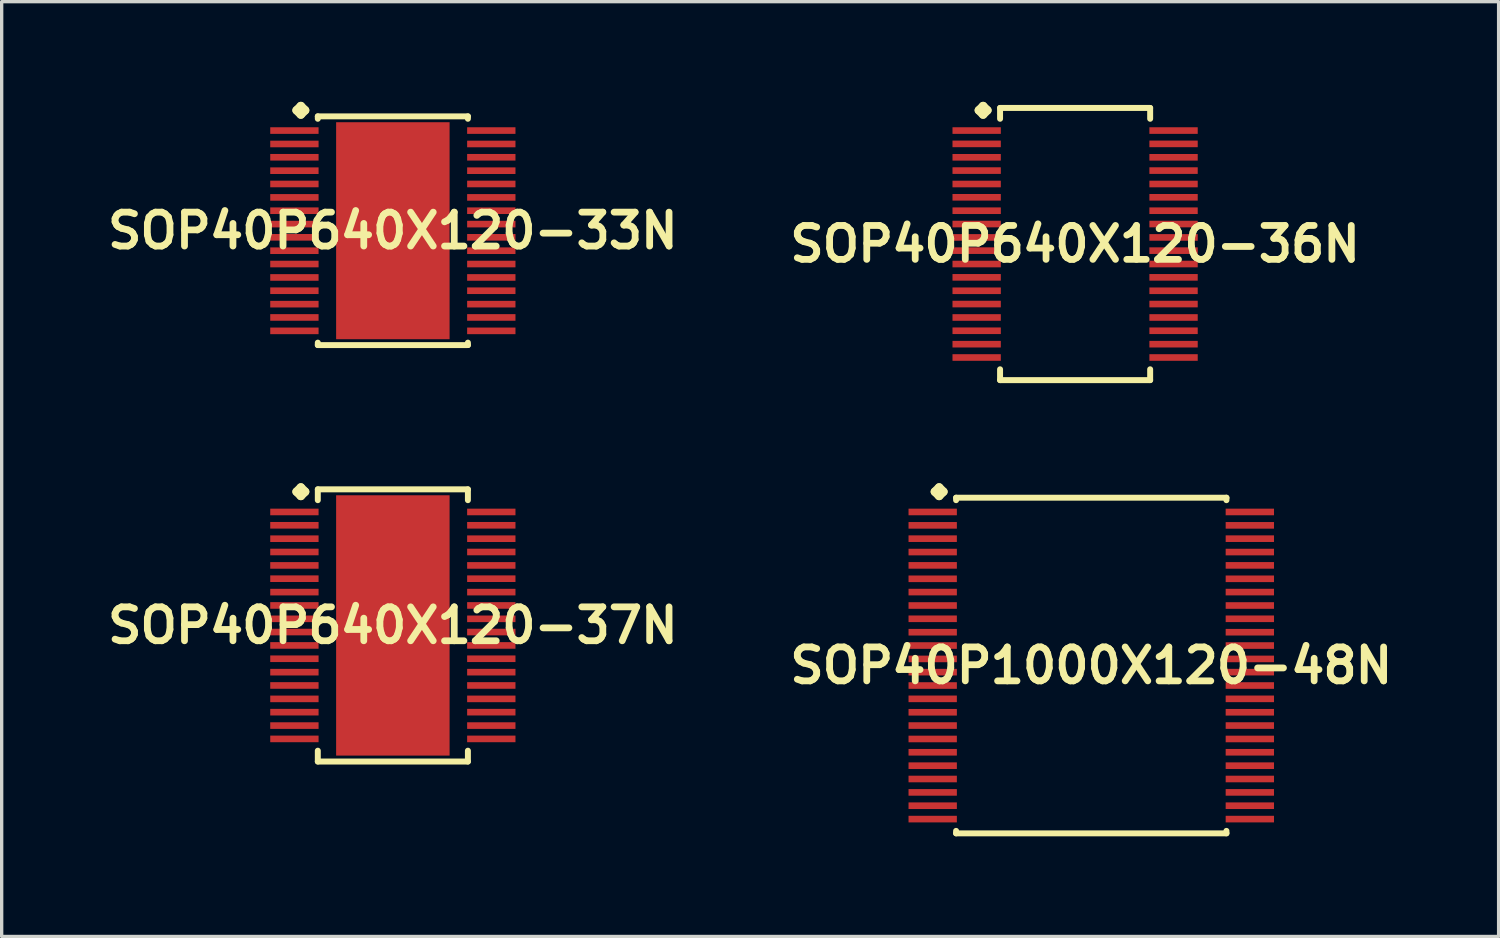
<source format=kicad_pcb>
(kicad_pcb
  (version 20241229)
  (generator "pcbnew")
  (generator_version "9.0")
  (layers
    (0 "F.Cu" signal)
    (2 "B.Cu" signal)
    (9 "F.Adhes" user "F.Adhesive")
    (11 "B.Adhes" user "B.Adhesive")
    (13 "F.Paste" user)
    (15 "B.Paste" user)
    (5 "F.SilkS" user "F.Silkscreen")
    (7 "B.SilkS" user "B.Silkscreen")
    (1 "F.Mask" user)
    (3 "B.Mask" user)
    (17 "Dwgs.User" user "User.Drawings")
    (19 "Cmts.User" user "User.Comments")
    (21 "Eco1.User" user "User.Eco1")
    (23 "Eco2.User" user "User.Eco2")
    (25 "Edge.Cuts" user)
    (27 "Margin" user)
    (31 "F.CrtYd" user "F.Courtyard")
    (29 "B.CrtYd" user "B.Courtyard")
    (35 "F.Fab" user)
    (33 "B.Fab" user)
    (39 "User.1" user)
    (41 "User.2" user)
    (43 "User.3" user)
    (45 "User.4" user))
  (footprint "SOP40P640X120-33N"
    (layer "F.Cu")
    (at 8.718 3.861)
    (property "Reference" "SOP40P640X120-33N" (at 0 0 0) (layer "F.SilkS") (effects (font (size 1.016 1.016) (thickness 0.203))))
    (attr smd)
    (fp_line (start -2.883 -3.607) (end -2.756 -3.734) (stroke (width 0.254) (type solid)) (layer "F.SilkS"))
    (fp_line (start -2.756 -3.734) (end -2.629 -3.607) (stroke (width 0.254) (type solid)) (layer "F.SilkS"))
    (fp_line (start -2.756 -3.48) (end -2.883 -3.607) (stroke (width 0.254) (type solid)) (layer "F.SilkS"))
    (fp_line (start -2.629 -3.607) (end -2.756 -3.48) (stroke (width 0.254) (type solid)) (layer "F.SilkS"))
    (fp_line (start -2.248 -3.426) (end 2.248 -3.426) (stroke (width 0.178) (type solid)) (layer "F.SilkS"))
    (fp_line (start -2.248 -3.353) (end -2.248 -3.426) (stroke (width 0.178) (type solid)) (layer "F.SilkS"))
    (fp_line (start -2.248 3.353) (end -2.248 3.426) (stroke (width 0.178) (type solid)) (layer "F.SilkS"))
    (fp_line (start -2.248 3.426) (end 2.248 3.426) (stroke (width 0.178) (type solid)) (layer "F.SilkS"))
    (fp_line (start 2.248 -3.426) (end 2.248 -3.353) (stroke (width 0.178) (type solid)) (layer "F.SilkS"))
    (fp_line (start 2.248 3.426) (end 2.248 3.353) (stroke (width 0.178) (type solid)) (layer "F.SilkS"))
    (pad "1" smd rect (at -2.949 -3) (size 1.448 0.198) (layers "F.Cu" "F.Mask" "F.Paste"))
    (pad "2" smd rect (at -2.949 -2.598) (size 1.448 0.198) (layers "F.Cu" "F.Mask" "F.Paste"))
    (pad "3" smd rect (at -2.949 -2.2) (size 1.448 0.198) (layers "F.Cu" "F.Mask" "F.Paste"))
    (pad "4" smd rect (at -2.949 -1.798) (size 1.448 0.198) (layers "F.Cu" "F.Mask" "F.Paste"))
    (pad "5" smd rect (at -2.949 -1.4) (size 1.448 0.198) (layers "F.Cu" "F.Mask" "F.Paste"))
    (pad "6" smd rect (at -2.949 -0.998) (size 1.448 0.198) (layers "F.Cu" "F.Mask" "F.Paste"))
    (pad "7" smd rect (at -2.949 -0.599) (size 1.448 0.198) (layers "F.Cu" "F.Mask" "F.Paste"))
    (pad "8" smd rect (at -2.949 -0.198) (size 1.448 0.198) (layers "F.Cu" "F.Mask" "F.Paste"))
    (pad "9" smd rect (at -2.949 0.198) (size 1.448 0.198) (layers "F.Cu" "F.Mask" "F.Paste"))
    (pad "10" smd rect (at -2.949 0.599) (size 1.448 0.198) (layers "F.Cu" "F.Mask" "F.Paste"))
    (pad "11" smd rect (at -2.949 0.998) (size 1.448 0.198) (layers "F.Cu" "F.Mask" "F.Paste"))
    (pad "12" smd rect (at -2.949 1.4) (size 1.448 0.198) (layers "F.Cu" "F.Mask" "F.Paste"))
    (pad "13" smd rect (at -2.949 1.798) (size 1.448 0.198) (layers "F.Cu" "F.Mask" "F.Paste"))
    (pad "14" smd rect (at -2.949 2.2) (size 1.448 0.198) (layers "F.Cu" "F.Mask" "F.Paste"))
    (pad "15" smd rect (at -2.949 2.598) (size 1.448 0.198) (layers "F.Cu" "F.Mask" "F.Paste"))
    (pad "16" smd rect (at -2.949 3) (size 1.448 0.198) (layers "F.Cu" "F.Mask" "F.Paste"))
    (pad "17" smd rect (at 2.949 3) (size 1.448 0.198) (layers "F.Cu" "F.Mask" "F.Paste"))
    (pad "18" smd rect (at 2.949 2.598) (size 1.448 0.198) (layers "F.Cu" "F.Mask" "F.Paste"))
    (pad "19" smd rect (at 2.949 2.2) (size 1.448 0.198) (layers "F.Cu" "F.Mask" "F.Paste"))
    (pad "20" smd rect (at 2.949 1.798) (size 1.448 0.198) (layers "F.Cu" "F.Mask" "F.Paste"))
    (pad "21" smd rect (at 2.949 1.4) (size 1.448 0.198) (layers "F.Cu" "F.Mask" "F.Paste"))
    (pad "22" smd rect (at 2.949 0.998) (size 1.448 0.198) (layers "F.Cu" "F.Mask" "F.Paste"))
    (pad "23" smd rect (at 2.949 0.599) (size 1.448 0.198) (layers "F.Cu" "F.Mask" "F.Paste"))
    (pad "24" smd rect (at 2.949 0.198) (size 1.448 0.198) (layers "F.Cu" "F.Mask" "F.Paste"))
    (pad "25" smd rect (at 2.949 -0.198) (size 1.448 0.198) (layers "F.Cu" "F.Mask" "F.Paste"))
    (pad "26" smd rect (at 2.949 -0.599) (size 1.448 0.198) (layers "F.Cu" "F.Mask" "F.Paste"))
    (pad "27" smd rect (at 2.949 -0.998) (size 1.448 0.198) (layers "F.Cu" "F.Mask" "F.Paste"))
    (pad "28" smd rect (at 2.949 -1.4) (size 1.448 0.198) (layers "F.Cu" "F.Mask" "F.Paste"))
    (pad "29" smd rect (at 2.949 -1.798) (size 1.448 0.198) (layers "F.Cu" "F.Mask" "F.Paste"))
    (pad "30" smd rect (at 2.949 -2.2) (size 1.448 0.198) (layers "F.Cu" "F.Mask" "F.Paste"))
    (pad "31" smd rect (at 2.949 -2.598) (size 1.448 0.198) (layers "F.Cu" "F.Mask" "F.Paste"))
    (pad "32" smd rect (at 2.949 -3) (size 1.448 0.198) (layers "F.Cu" "F.Mask" "F.Paste"))
    (pad "33" smd rect (at 0 0) (size 3.399 6.5) (layers "F.Cu" "F.Mask" "F.Paste")))
  (footprint "SOP40P1000X120-48N"
    (layer "F.Cu")
    (at 29.639 16.886)
    (property "Reference" "SOP40P1000X120-48N" (at 0 0 0) (layer "F.SilkS") (effects (font (size 1.016 1.016) (thickness 0.203))))
    (attr smd)
    (fp_line (start -4.684 -5.207) (end -4.557 -5.334) (stroke (width 0.254) (type solid)) (layer "F.SilkS"))
    (fp_line (start -4.557 -5.334) (end -4.43 -5.207) (stroke (width 0.254) (type solid)) (layer "F.SilkS"))
    (fp_line (start -4.557 -5.08) (end -4.684 -5.207) (stroke (width 0.254) (type solid)) (layer "F.SilkS"))
    (fp_line (start -4.43 -5.207) (end -4.557 -5.08) (stroke (width 0.254) (type solid)) (layer "F.SilkS"))
    (fp_line (start -4.049 -5.027) (end 4.049 -5.027) (stroke (width 0.178) (type solid)) (layer "F.SilkS"))
    (fp_line (start -4.049 -4.953) (end -4.049 -5.027) (stroke (width 0.178) (type solid)) (layer "F.SilkS"))
    (fp_line (start -4.049 4.953) (end -4.049 5.027) (stroke (width 0.178) (type solid)) (layer "F.SilkS"))
    (fp_line (start -4.049 5.027) (end 4.049 5.027) (stroke (width 0.178) (type solid)) (layer "F.SilkS"))
    (fp_line (start 4.049 -5.027) (end 4.049 -4.953) (stroke (width 0.178) (type solid)) (layer "F.SilkS"))
    (fp_line (start 4.049 5.027) (end 4.049 4.953) (stroke (width 0.178) (type solid)) (layer "F.SilkS"))
    (pad "1" smd rect (at -4.75 -4.6) (size 1.448 0.198) (layers "F.Cu" "F.Mask" "F.Paste"))
    (pad "2" smd rect (at -4.75 -4.199) (size 1.448 0.198) (layers "F.Cu" "F.Mask" "F.Paste"))
    (pad "3" smd rect (at -4.75 -3.8) (size 1.448 0.198) (layers "F.Cu" "F.Mask" "F.Paste"))
    (pad "4" smd rect (at -4.75 -3.399) (size 1.448 0.198) (layers "F.Cu" "F.Mask" "F.Paste"))
    (pad "5" smd rect (at -4.75 -3) (size 1.448 0.198) (layers "F.Cu" "F.Mask" "F.Paste"))
    (pad "6" smd rect (at -4.75 -2.598) (size 1.448 0.198) (layers "F.Cu" "F.Mask" "F.Paste"))
    (pad "7" smd rect (at -4.75 -2.2) (size 1.448 0.198) (layers "F.Cu" "F.Mask" "F.Paste"))
    (pad "8" smd rect (at -4.75 -1.798) (size 1.448 0.198) (layers "F.Cu" "F.Mask" "F.Paste"))
    (pad "9" smd rect (at -4.75 -1.4) (size 1.448 0.198) (layers "F.Cu" "F.Mask" "F.Paste"))
    (pad "10" smd rect (at -4.75 -0.998) (size 1.448 0.198) (layers "F.Cu" "F.Mask" "F.Paste"))
    (pad "11" smd rect (at -4.75 -0.599) (size 1.448 0.198) (layers "F.Cu" "F.Mask" "F.Paste"))
    (pad "12" smd rect (at -4.75 -0.198) (size 1.448 0.198) (layers "F.Cu" "F.Mask" "F.Paste"))
    (pad "13" smd rect (at -4.75 0.198) (size 1.448 0.198) (layers "F.Cu" "F.Mask" "F.Paste"))
    (pad "14" smd rect (at -4.75 0.599) (size 1.448 0.198) (layers "F.Cu" "F.Mask" "F.Paste"))
    (pad "15" smd rect (at -4.75 0.998) (size 1.448 0.198) (layers "F.Cu" "F.Mask" "F.Paste"))
    (pad "16" smd rect (at -4.75 1.4) (size 1.448 0.198) (layers "F.Cu" "F.Mask" "F.Paste"))
    (pad "17" smd rect (at -4.75 1.798) (size 1.448 0.198) (layers "F.Cu" "F.Mask" "F.Paste"))
    (pad "18" smd rect (at -4.75 2.2) (size 1.448 0.198) (layers "F.Cu" "F.Mask" "F.Paste"))
    (pad "19" smd rect (at -4.75 2.598) (size 1.448 0.198) (layers "F.Cu" "F.Mask" "F.Paste"))
    (pad "20" smd rect (at -4.75 3) (size 1.448 0.198) (layers "F.Cu" "F.Mask" "F.Paste"))
    (pad "21" smd rect (at -4.75 3.399) (size 1.448 0.198) (layers "F.Cu" "F.Mask" "F.Paste"))
    (pad "22" smd rect (at -4.75 3.8) (size 1.448 0.198) (layers "F.Cu" "F.Mask" "F.Paste"))
    (pad "23" smd rect (at -4.75 4.199) (size 1.448 0.198) (layers "F.Cu" "F.Mask" "F.Paste"))
    (pad "24" smd rect (at -4.75 4.6) (size 1.448 0.198) (layers "F.Cu" "F.Mask" "F.Paste"))
    (pad "25" smd rect (at 4.75 4.6) (size 1.448 0.198) (layers "F.Cu" "F.Mask" "F.Paste"))
    (pad "26" smd rect (at 4.75 4.199) (size 1.448 0.198) (layers "F.Cu" "F.Mask" "F.Paste"))
    (pad "27" smd rect (at 4.75 3.8) (size 1.448 0.198) (layers "F.Cu" "F.Mask" "F.Paste"))
    (pad "28" smd rect (at 4.75 3.399) (size 1.448 0.198) (layers "F.Cu" "F.Mask" "F.Paste"))
    (pad "29" smd rect (at 4.75 3) (size 1.448 0.198) (layers "F.Cu" "F.Mask" "F.Paste"))
    (pad "30" smd rect (at 4.75 2.598) (size 1.448 0.198) (layers "F.Cu" "F.Mask" "F.Paste"))
    (pad "31" smd rect (at 4.75 2.2) (size 1.448 0.198) (layers "F.Cu" "F.Mask" "F.Paste"))
    (pad "32" smd rect (at 4.75 1.798) (size 1.448 0.198) (layers "F.Cu" "F.Mask" "F.Paste"))
    (pad "33" smd rect (at 4.75 1.4) (size 1.448 0.198) (layers "F.Cu" "F.Mask" "F.Paste"))
    (pad "34" smd rect (at 4.75 0.998) (size 1.448 0.198) (layers "F.Cu" "F.Mask" "F.Paste"))
    (pad "35" smd rect (at 4.75 0.599) (size 1.448 0.198) (layers "F.Cu" "F.Mask" "F.Paste"))
    (pad "36" smd rect (at 4.75 0.198) (size 1.448 0.198) (layers "F.Cu" "F.Mask" "F.Paste"))
    (pad "37" smd rect (at 4.75 -0.198) (size 1.448 0.198) (layers "F.Cu" "F.Mask" "F.Paste"))
    (pad "38" smd rect (at 4.75 -0.599) (size 1.448 0.198) (layers "F.Cu" "F.Mask" "F.Paste"))
    (pad "39" smd rect (at 4.75 -0.998) (size 1.448 0.198) (layers "F.Cu" "F.Mask" "F.Paste"))
    (pad "40" smd rect (at 4.75 -1.4) (size 1.448 0.198) (layers "F.Cu" "F.Mask" "F.Paste"))
    (pad "41" smd rect (at 4.75 -1.798) (size 1.448 0.198) (layers "F.Cu" "F.Mask" "F.Paste"))
    (pad "42" smd rect (at 4.75 -2.2) (size 1.448 0.198) (layers "F.Cu" "F.Mask" "F.Paste"))
    (pad "43" smd rect (at 4.75 -2.598) (size 1.448 0.198) (layers "F.Cu" "F.Mask" "F.Paste"))
    (pad "44" smd rect (at 4.75 -3) (size 1.448 0.198) (layers "F.Cu" "F.Mask" "F.Paste"))
    (pad "45" smd rect (at 4.75 -3.399) (size 1.448 0.198) (layers "F.Cu" "F.Mask" "F.Paste"))
    (pad "46" smd rect (at 4.75 -3.8) (size 1.448 0.198) (layers "F.Cu" "F.Mask" "F.Paste"))
    (pad "47" smd rect (at 4.75 -4.199) (size 1.448 0.198) (layers "F.Cu" "F.Mask" "F.Paste"))
    (pad "48" smd rect (at 4.75 -4.6) (size 1.448 0.198) (layers "F.Cu" "F.Mask" "F.Paste")))
  (footprint "SOP40P640X120-36N"
    (layer "F.Cu")
    (at 29.155 4.26)
    (property "Reference" "SOP40P640X120-36N" (at 0 0 0) (layer "F.SilkS") (effects (font (size 1.016 1.016) (thickness 0.203))))
    (attr smd)
    (fp_line (start -2.883 -4.006) (end -2.756 -4.133) (stroke (width 0.254) (type solid)) (layer "F.SilkS"))
    (fp_line (start -2.756 -4.133) (end -2.629 -4.006) (stroke (width 0.254) (type solid)) (layer "F.SilkS"))
    (fp_line (start -2.756 -3.879) (end -2.883 -4.006) (stroke (width 0.254) (type solid)) (layer "F.SilkS"))
    (fp_line (start -2.629 -4.006) (end -2.756 -3.879) (stroke (width 0.254) (type solid)) (layer "F.SilkS"))
    (fp_line (start -2.248 -4.077) (end 2.248 -4.077) (stroke (width 0.178) (type solid)) (layer "F.SilkS"))
    (fp_line (start -2.248 -3.752) (end -2.248 -4.077) (stroke (width 0.178) (type solid)) (layer "F.SilkS"))
    (fp_line (start -2.248 3.752) (end -2.248 4.077) (stroke (width 0.178) (type solid)) (layer "F.SilkS"))
    (fp_line (start -2.248 4.077) (end 2.248 4.077) (stroke (width 0.178) (type solid)) (layer "F.SilkS"))
    (fp_line (start 2.248 -4.077) (end 2.248 -3.752) (stroke (width 0.178) (type solid)) (layer "F.SilkS"))
    (fp_line (start 2.248 4.077) (end 2.248 3.752) (stroke (width 0.178) (type solid)) (layer "F.SilkS"))
    (pad "1" smd rect (at -2.949 -3.399) (size 1.448 0.198) (layers "F.Cu" "F.Mask" "F.Paste"))
    (pad "2" smd rect (at -2.949 -3) (size 1.448 0.198) (layers "F.Cu" "F.Mask" "F.Paste"))
    (pad "3" smd rect (at -2.949 -2.598) (size 1.448 0.198) (layers "F.Cu" "F.Mask" "F.Paste"))
    (pad "4" smd rect (at -2.949 -2.2) (size 1.448 0.198) (layers "F.Cu" "F.Mask" "F.Paste"))
    (pad "5" smd rect (at -2.949 -1.798) (size 1.448 0.198) (layers "F.Cu" "F.Mask" "F.Paste"))
    (pad "6" smd rect (at -2.949 -1.4) (size 1.448 0.198) (layers "F.Cu" "F.Mask" "F.Paste"))
    (pad "7" smd rect (at -2.949 -0.998) (size 1.448 0.198) (layers "F.Cu" "F.Mask" "F.Paste"))
    (pad "8" smd rect (at -2.949 -0.599) (size 1.448 0.198) (layers "F.Cu" "F.Mask" "F.Paste"))
    (pad "9" smd rect (at -2.949 -0.198) (size 1.448 0.198) (layers "F.Cu" "F.Mask" "F.Paste"))
    (pad "10" smd rect (at -2.949 0.198) (size 1.448 0.198) (layers "F.Cu" "F.Mask" "F.Paste"))
    (pad "11" smd rect (at -2.949 0.599) (size 1.448 0.198) (layers "F.Cu" "F.Mask" "F.Paste"))
    (pad "12" smd rect (at -2.949 0.998) (size 1.448 0.198) (layers "F.Cu" "F.Mask" "F.Paste"))
    (pad "13" smd rect (at -2.949 1.4) (size 1.448 0.198) (layers "F.Cu" "F.Mask" "F.Paste"))
    (pad "14" smd rect (at -2.949 1.798) (size 1.448 0.198) (layers "F.Cu" "F.Mask" "F.Paste"))
    (pad "15" smd rect (at -2.949 2.2) (size 1.448 0.198) (layers "F.Cu" "F.Mask" "F.Paste"))
    (pad "16" smd rect (at -2.949 2.598) (size 1.448 0.198) (layers "F.Cu" "F.Mask" "F.Paste"))
    (pad "17" smd rect (at -2.949 3) (size 1.448 0.198) (layers "F.Cu" "F.Mask" "F.Paste"))
    (pad "18" smd rect (at -2.949 3.399) (size 1.448 0.198) (layers "F.Cu" "F.Mask" "F.Paste"))
    (pad "19" smd rect (at 2.949 3.399) (size 1.448 0.198) (layers "F.Cu" "F.Mask" "F.Paste"))
    (pad "20" smd rect (at 2.949 3) (size 1.448 0.198) (layers "F.Cu" "F.Mask" "F.Paste"))
    (pad "21" smd rect (at 2.949 2.598) (size 1.448 0.198) (layers "F.Cu" "F.Mask" "F.Paste"))
    (pad "22" smd rect (at 2.949 2.2) (size 1.448 0.198) (layers "F.Cu" "F.Mask" "F.Paste"))
    (pad "23" smd rect (at 2.949 1.798) (size 1.448 0.198) (layers "F.Cu" "F.Mask" "F.Paste"))
    (pad "24" smd rect (at 2.949 1.4) (size 1.448 0.198) (layers "F.Cu" "F.Mask" "F.Paste"))
    (pad "25" smd rect (at 2.949 0.998) (size 1.448 0.198) (layers "F.Cu" "F.Mask" "F.Paste"))
    (pad "26" smd rect (at 2.949 0.599) (size 1.448 0.198) (layers "F.Cu" "F.Mask" "F.Paste"))
    (pad "27" smd rect (at 2.949 0.198) (size 1.448 0.198) (layers "F.Cu" "F.Mask" "F.Paste"))
    (pad "28" smd rect (at 2.949 -0.198) (size 1.448 0.198) (layers "F.Cu" "F.Mask" "F.Paste"))
    (pad "29" smd rect (at 2.949 -0.599) (size 1.448 0.198) (layers "F.Cu" "F.Mask" "F.Paste"))
    (pad "30" smd rect (at 2.949 -0.998) (size 1.448 0.198) (layers "F.Cu" "F.Mask" "F.Paste"))
    (pad "31" smd rect (at 2.949 -1.4) (size 1.448 0.198) (layers "F.Cu" "F.Mask" "F.Paste"))
    (pad "32" smd rect (at 2.949 -1.798) (size 1.448 0.198) (layers "F.Cu" "F.Mask" "F.Paste"))
    (pad "33" smd rect (at 2.949 -2.2) (size 1.448 0.198) (layers "F.Cu" "F.Mask" "F.Paste"))
    (pad "34" smd rect (at 2.949 -2.598) (size 1.448 0.198) (layers "F.Cu" "F.Mask" "F.Paste"))
    (pad "35" smd rect (at 2.949 -3) (size 1.448 0.198) (layers "F.Cu" "F.Mask" "F.Paste"))
    (pad "36" smd rect (at 2.949 -3.399) (size 1.448 0.198) (layers "F.Cu" "F.Mask" "F.Paste")))
  (footprint "SOP40P640X120-37N"
    (layer "F.Cu")
    (at 8.718 15.685)
    (property "Reference" "SOP40P640X120-37N" (at 0 0 0) (layer "F.SilkS") (effects (font (size 1.016 1.016) (thickness 0.203))))
    (attr smd)
    (fp_line (start -2.883 -4.006) (end -2.756 -4.133) (stroke (width 0.254) (type solid)) (layer "F.SilkS"))
    (fp_line (start -2.756 -4.133) (end -2.629 -4.006) (stroke (width 0.254) (type solid)) (layer "F.SilkS"))
    (fp_line (start -2.756 -3.879) (end -2.883 -4.006) (stroke (width 0.254) (type solid)) (layer "F.SilkS"))
    (fp_line (start -2.629 -4.006) (end -2.756 -3.879) (stroke (width 0.254) (type solid)) (layer "F.SilkS"))
    (fp_line (start -2.248 -4.077) (end 2.248 -4.077) (stroke (width 0.178) (type solid)) (layer "F.SilkS"))
    (fp_line (start -2.248 -3.752) (end -2.248 -4.077) (stroke (width 0.178) (type solid)) (layer "F.SilkS"))
    (fp_line (start -2.248 3.752) (end -2.248 4.077) (stroke (width 0.178) (type solid)) (layer "F.SilkS"))
    (fp_line (start -2.248 4.077) (end 2.248 4.077) (stroke (width 0.178) (type solid)) (layer "F.SilkS"))
    (fp_line (start 2.248 -4.077) (end 2.248 -3.752) (stroke (width 0.178) (type solid)) (layer "F.SilkS"))
    (fp_line (start 2.248 4.077) (end 2.248 3.752) (stroke (width 0.178) (type solid)) (layer "F.SilkS"))
    (pad "1" smd rect (at -2.949 -3.399) (size 1.448 0.198) (layers "F.Cu" "F.Mask" "F.Paste"))
    (pad "2" smd rect (at -2.949 -3) (size 1.448 0.198) (layers "F.Cu" "F.Mask" "F.Paste"))
    (pad "3" smd rect (at -2.949 -2.598) (size 1.448 0.198) (layers "F.Cu" "F.Mask" "F.Paste"))
    (pad "4" smd rect (at -2.949 -2.2) (size 1.448 0.198) (layers "F.Cu" "F.Mask" "F.Paste"))
    (pad "5" smd rect (at -2.949 -1.798) (size 1.448 0.198) (layers "F.Cu" "F.Mask" "F.Paste"))
    (pad "6" smd rect (at -2.949 -1.4) (size 1.448 0.198) (layers "F.Cu" "F.Mask" "F.Paste"))
    (pad "7" smd rect (at -2.949 -0.998) (size 1.448 0.198) (layers "F.Cu" "F.Mask" "F.Paste"))
    (pad "8" smd rect (at -2.949 -0.599) (size 1.448 0.198) (layers "F.Cu" "F.Mask" "F.Paste"))
    (pad "9" smd rect (at -2.949 -0.198) (size 1.448 0.198) (layers "F.Cu" "F.Mask" "F.Paste"))
    (pad "10" smd rect (at -2.949 0.198) (size 1.448 0.198) (layers "F.Cu" "F.Mask" "F.Paste"))
    (pad "11" smd rect (at -2.949 0.599) (size 1.448 0.198) (layers "F.Cu" "F.Mask" "F.Paste"))
    (pad "12" smd rect (at -2.949 0.998) (size 1.448 0.198) (layers "F.Cu" "F.Mask" "F.Paste"))
    (pad "13" smd rect (at -2.949 1.4) (size 1.448 0.198) (layers "F.Cu" "F.Mask" "F.Paste"))
    (pad "14" smd rect (at -2.949 1.798) (size 1.448 0.198) (layers "F.Cu" "F.Mask" "F.Paste"))
    (pad "15" smd rect (at -2.949 2.2) (size 1.448 0.198) (layers "F.Cu" "F.Mask" "F.Paste"))
    (pad "16" smd rect (at -2.949 2.598) (size 1.448 0.198) (layers "F.Cu" "F.Mask" "F.Paste"))
    (pad "17" smd rect (at -2.949 3) (size 1.448 0.198) (layers "F.Cu" "F.Mask" "F.Paste"))
    (pad "18" smd rect (at -2.949 3.399) (size 1.448 0.198) (layers "F.Cu" "F.Mask" "F.Paste"))
    (pad "19" smd rect (at 2.949 3.399) (size 1.448 0.198) (layers "F.Cu" "F.Mask" "F.Paste"))
    (pad "20" smd rect (at 2.949 3) (size 1.448 0.198) (layers "F.Cu" "F.Mask" "F.Paste"))
    (pad "21" smd rect (at 2.949 2.598) (size 1.448 0.198) (layers "F.Cu" "F.Mask" "F.Paste"))
    (pad "22" smd rect (at 2.949 2.2) (size 1.448 0.198) (layers "F.Cu" "F.Mask" "F.Paste"))
    (pad "23" smd rect (at 2.949 1.798) (size 1.448 0.198) (layers "F.Cu" "F.Mask" "F.Paste"))
    (pad "24" smd rect (at 2.949 1.4) (size 1.448 0.198) (layers "F.Cu" "F.Mask" "F.Paste"))
    (pad "25" smd rect (at 2.949 0.998) (size 1.448 0.198) (layers "F.Cu" "F.Mask" "F.Paste"))
    (pad "26" smd rect (at 2.949 0.599) (size 1.448 0.198) (layers "F.Cu" "F.Mask" "F.Paste"))
    (pad "27" smd rect (at 2.949 0.198) (size 1.448 0.198) (layers "F.Cu" "F.Mask" "F.Paste"))
    (pad "28" smd rect (at 2.949 -0.198) (size 1.448 0.198) (layers "F.Cu" "F.Mask" "F.Paste"))
    (pad "29" smd rect (at 2.949 -0.599) (size 1.448 0.198) (layers "F.Cu" "F.Mask" "F.Paste"))
    (pad "30" smd rect (at 2.949 -0.998) (size 1.448 0.198) (layers "F.Cu" "F.Mask" "F.Paste"))
    (pad "31" smd rect (at 2.949 -1.4) (size 1.448 0.198) (layers "F.Cu" "F.Mask" "F.Paste"))
    (pad "32" smd rect (at 2.949 -1.798) (size 1.448 0.198) (layers "F.Cu" "F.Mask" "F.Paste"))
    (pad "33" smd rect (at 2.949 -2.2) (size 1.448 0.198) (layers "F.Cu" "F.Mask" "F.Paste"))
    (pad "34" smd rect (at 2.949 -2.598) (size 1.448 0.198) (layers "F.Cu" "F.Mask" "F.Paste"))
    (pad "35" smd rect (at 2.949 -3) (size 1.448 0.198) (layers "F.Cu" "F.Mask" "F.Paste"))
    (pad "36" smd rect (at 2.949 -3.399) (size 1.448 0.198) (layers "F.Cu" "F.Mask" "F.Paste"))
    (pad "37" smd rect (at 0 0) (size 3.399 7.798) (layers "F.Cu" "F.Mask" "F.Paste")))
  (gr_rect
    (start -3 -3)
    (end 41.841 25.002)
    (stroke (width 0.1) (type default))
    (fill no)
    (layer "Edge.Cuts")))
</source>
